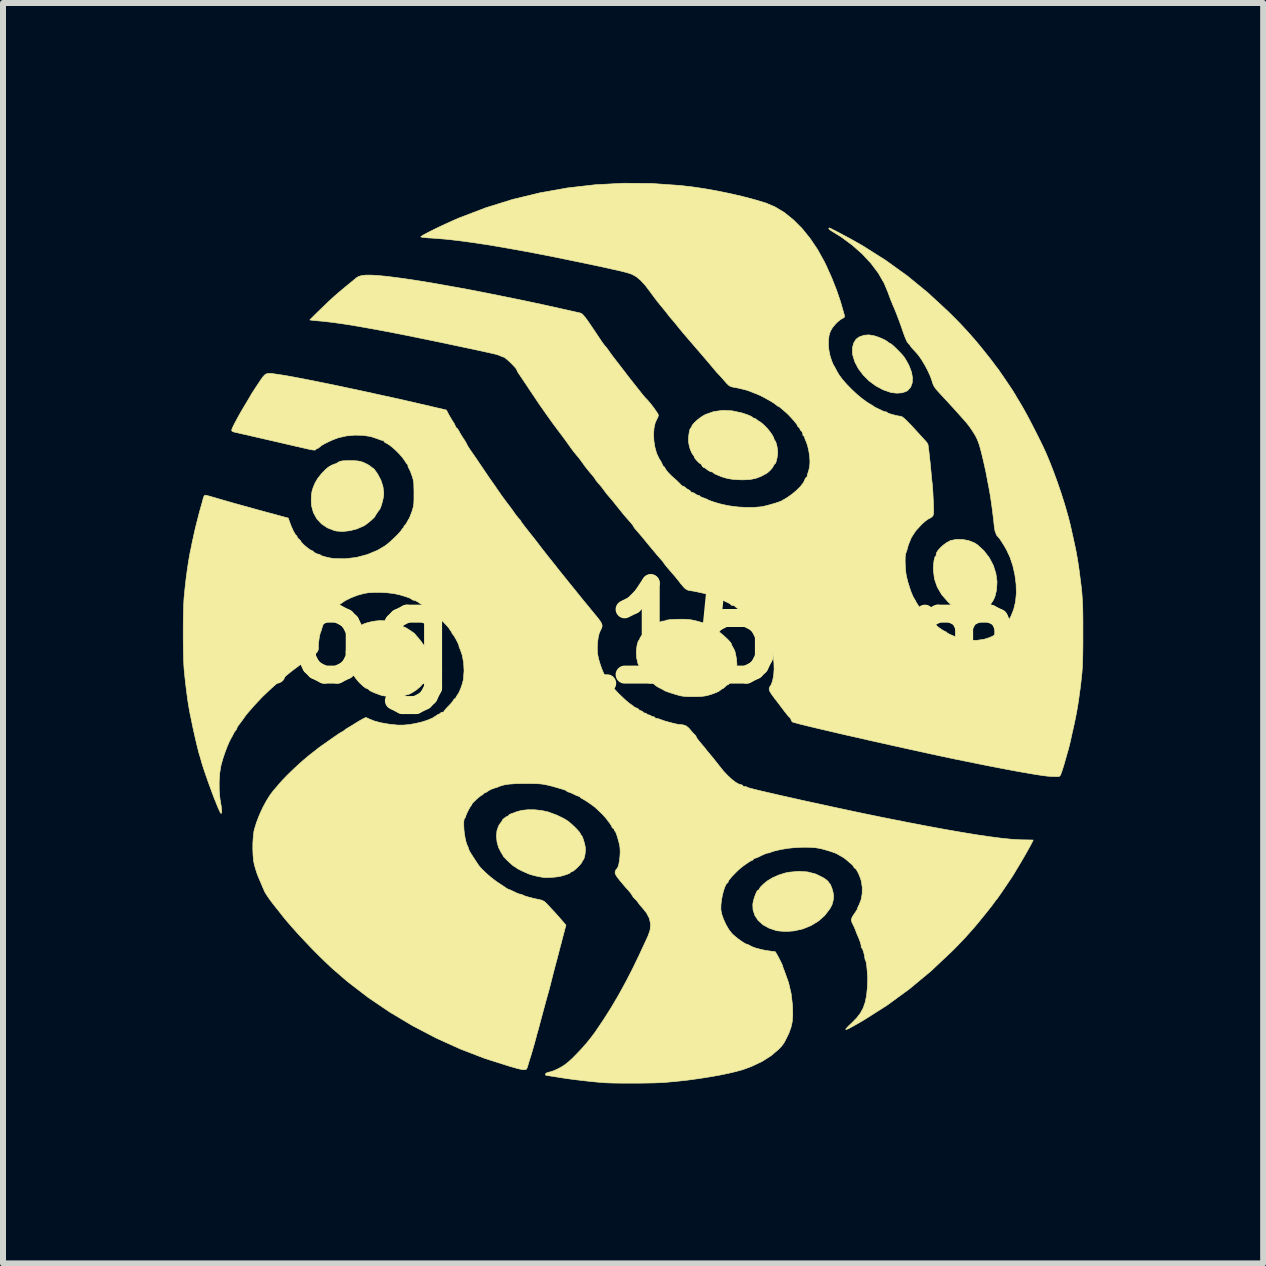
<source format=kicad_pcb>
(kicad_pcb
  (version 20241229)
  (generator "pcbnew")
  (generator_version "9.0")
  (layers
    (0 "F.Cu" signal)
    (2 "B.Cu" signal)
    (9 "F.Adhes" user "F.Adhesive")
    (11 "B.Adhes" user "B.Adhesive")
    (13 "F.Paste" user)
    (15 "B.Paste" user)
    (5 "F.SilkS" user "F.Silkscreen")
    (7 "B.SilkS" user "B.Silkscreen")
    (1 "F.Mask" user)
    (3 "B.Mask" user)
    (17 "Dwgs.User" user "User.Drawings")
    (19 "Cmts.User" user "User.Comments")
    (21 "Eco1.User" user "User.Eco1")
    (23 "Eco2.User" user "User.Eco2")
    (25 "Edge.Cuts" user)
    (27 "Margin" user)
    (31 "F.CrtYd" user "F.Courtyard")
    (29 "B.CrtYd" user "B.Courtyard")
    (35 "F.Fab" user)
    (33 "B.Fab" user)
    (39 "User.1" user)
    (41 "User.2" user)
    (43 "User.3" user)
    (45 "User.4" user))
  (footprint "logo_15mm"
    (layer "F.Cu")
    (at 7.509 7.508)
    (property "Reference" "logo_15mm" (at 0 0 0) (layer "F.SilkS") (effects (font (size 1.524 1.524) (thickness 0.3))))
    (attr through_hole)
    (fp_poly (pts (xy 4.019 -4.959) (xy 4.077 -4.94) (xy 4.138 -4.916) (xy 4.193 -4.89) (xy 4.231 -4.867) (xy 4.235 -4.863) (xy 4.266 -4.84) (xy 4.287 -4.829) (xy 4.289 -4.829) (xy 4.305 -4.818) (xy 4.336 -4.792) (xy 4.376 -4.754) (xy 4.421 -4.709) (xy 4.464 -4.665) (xy 4.5 -4.624) (xy 4.505 -4.618) (xy 4.532 -4.579) (xy 4.564 -4.524) (xy 4.596 -4.464) (xy 4.6 -4.455) (xy 4.638 -4.354) (xy 4.655 -4.259) (xy 4.65 -4.174) (xy 4.624 -4.103) (xy 4.577 -4.049) (xy 4.547 -4.031) (xy 4.479 -4.009) (xy 4.395 -4.003) (xy 4.307 -4.012) (xy 4.29 -4.016) (xy 4.163 -4.06) (xy 4.042 -4.125) (xy 3.93 -4.208) (xy 3.833 -4.305) (xy 3.752 -4.412) (xy 3.693 -4.524) (xy 3.658 -4.639) (xy 3.653 -4.674) (xy 3.654 -4.763) (xy 3.675 -4.84) (xy 3.713 -4.901) (xy 3.763 -4.939) (xy 3.845 -4.968) (xy 3.927 -4.975) (xy 4.019 -4.959)) (stroke (width 0.01) (type solid)) (fill yes) (layer "F.SilkS"))
    (fp_poly (pts (xy 5.488 -1.564) (xy 5.591 -1.545) (xy 5.685 -1.508) (xy 5.737 -1.475) (xy 5.846 -1.375) (xy 5.935 -1.259) (xy 6.002 -1.132) (xy 6.045 -0.997) (xy 6.064 -0.86) (xy 6.056 -0.723) (xy 6.031 -0.618) (xy 6.011 -0.569) (xy 5.988 -0.528) (xy 5.978 -0.515) (xy 5.96 -0.49) (xy 5.958 -0.475) (xy 5.953 -0.464) (xy 5.936 -0.456) (xy 5.911 -0.443) (xy 5.905 -0.433) (xy 5.892 -0.419) (xy 5.861 -0.4) (xy 5.834 -0.386) (xy 5.783 -0.369) (xy 5.718 -0.356) (xy 5.648 -0.347) (xy 5.584 -0.346) (xy 5.537 -0.351) (xy 5.531 -0.353) (xy 5.436 -0.391) (xy 5.36 -0.432) (xy 5.292 -0.482) (xy 5.247 -0.523) (xy 5.143 -0.642) (xy 5.068 -0.769) (xy 5.021 -0.905) (xy 5.003 -1.049) (xy 5.002 -1.084) (xy 5.006 -1.149) (xy 5.013 -1.208) (xy 5.023 -1.255) (xy 5.035 -1.282) (xy 5.041 -1.286) (xy 5.05 -1.296) (xy 5.049 -1.304) (xy 5.052 -1.335) (xy 5.076 -1.376) (xy 5.116 -1.422) (xy 5.166 -1.468) (xy 5.221 -1.509) (xy 5.276 -1.539) (xy 5.292 -1.546) (xy 5.385 -1.565) (xy 5.488 -1.564)) (stroke (width 0.01) (type solid)) (fill yes) (layer "F.SilkS"))
    (fp_poly (pts (xy 2.906 3.979) (xy 3.04 4.014) (xy 3.163 4.074) (xy 3.172 4.08) (xy 3.216 4.109) (xy 3.246 4.136) (xy 3.258 4.152) (xy 3.267 4.17) (xy 3.271 4.171) (xy 3.283 4.184) (xy 3.298 4.218) (xy 3.315 4.264) (xy 3.329 4.314) (xy 3.337 4.36) (xy 3.338 4.365) (xy 3.338 4.416) (xy 3.33 4.462) (xy 3.32 4.499) (xy 3.314 4.522) (xy 3.304 4.543) (xy 3.285 4.579) (xy 3.274 4.597) (xy 3.192 4.705) (xy 3.087 4.798) (xy 2.964 4.873) (xy 2.827 4.929) (xy 2.682 4.962) (xy 2.595 4.969) (xy 2.523 4.97) (xy 2.453 4.966) (xy 2.396 4.96) (xy 2.384 4.957) (xy 2.264 4.917) (xy 2.163 4.861) (xy 2.083 4.79) (xy 2.027 4.706) (xy 1.996 4.613) (xy 1.992 4.517) (xy 2 4.472) (xy 2.014 4.42) (xy 2.032 4.368) (xy 2.05 4.324) (xy 2.067 4.293) (xy 2.08 4.283) (xy 2.082 4.284) (xy 2.092 4.279) (xy 2.1 4.263) (xy 2.118 4.234) (xy 2.157 4.194) (xy 2.209 4.149) (xy 2.235 4.129) (xy 2.322 4.076) (xy 2.427 4.03) (xy 2.537 3.996) (xy 2.597 3.984) (xy 2.759 3.969) (xy 2.906 3.979)) (stroke (width 0.01) (type solid)) (fill yes) (layer "F.SilkS"))
    (fp_poly (pts (xy -4.647 -2.877) (xy -4.591 -2.872) (xy -4.546 -2.864) (xy -4.504 -2.85) (xy -4.485 -2.841) (xy -4.435 -2.817) (xy -4.394 -2.792) (xy -4.376 -2.778) (xy -4.351 -2.757) (xy -4.337 -2.751) (xy -4.324 -2.739) (xy -4.3 -2.708) (xy -4.27 -2.665) (xy -4.264 -2.657) (xy -4.209 -2.554) (xy -4.174 -2.446) (xy -4.161 -2.341) (xy -4.163 -2.297) (xy -4.171 -2.248) (xy -4.184 -2.192) (xy -4.2 -2.136) (xy -4.216 -2.091) (xy -4.229 -2.064) (xy -4.23 -2.063) (xy -4.246 -2.044) (xy -4.268 -2.013) (xy -4.289 -1.981) (xy -4.303 -1.957) (xy -4.305 -1.952) (xy -4.316 -1.935) (xy -4.345 -1.907) (xy -4.384 -1.872) (xy -4.427 -1.837) (xy -4.468 -1.806) (xy -4.498 -1.788) (xy -4.609 -1.74) (xy -4.726 -1.71) (xy -4.841 -1.697) (xy -4.946 -1.704) (xy -4.98 -1.711) (xy -5.099 -1.757) (xy -5.199 -1.824) (xy -5.278 -1.91) (xy -5.334 -2.012) (xy -5.365 -2.127) (xy -5.37 -2.205) (xy -5.368 -2.292) (xy -5.358 -2.363) (xy -5.338 -2.43) (xy -5.306 -2.506) (xy -5.306 -2.506) (xy -5.262 -2.581) (xy -5.2 -2.659) (xy -5.129 -2.732) (xy -5.089 -2.766) (xy -5.062 -2.784) (xy -5.053 -2.788) (xy -4.41 -2.788) (xy -4.403 -2.781) (xy -4.395 -2.788) (xy -4.403 -2.795) (xy -4.41 -2.788) (xy -5.053 -2.788) (xy -5.027 -2.802) (xy -4.994 -2.817) (xy -4.973 -2.824) (xy -4.97 -2.823) (xy -4.959 -2.827) (xy -4.932 -2.843) (xy -4.925 -2.848) (xy -4.9 -2.862) (xy -4.869 -2.871) (xy -4.827 -2.876) (xy -4.764 -2.877) (xy -4.724 -2.878) (xy -4.647 -2.877)) (stroke (width 0.01) (type solid)) (fill yes) (layer "F.SilkS"))
    (fp_poly (pts (xy -1.643 2.943) (xy -1.53 2.955) (xy -1.426 2.978) (xy -1.412 2.982) (xy -1.277 3.032) (xy -1.163 3.087) (xy -1.106 3.121) (xy -1.067 3.15) (xy -1.022 3.189) (xy -0.975 3.233) (xy -0.933 3.277) (xy -0.9 3.314) (xy -0.883 3.339) (xy -0.882 3.344) (xy -0.875 3.362) (xy -0.87 3.364) (xy -0.858 3.377) (xy -0.843 3.411) (xy -0.827 3.459) (xy -0.812 3.511) (xy -0.802 3.56) (xy -0.799 3.58) (xy -0.799 3.626) (xy -0.804 3.677) (xy -0.813 3.726) (xy -0.825 3.764) (xy -0.836 3.782) (xy -0.838 3.782) (xy -0.85 3.794) (xy -0.852 3.806) (xy -0.863 3.828) (xy -0.89 3.861) (xy -0.927 3.9) (xy -0.966 3.936) (xy -1.001 3.964) (xy -1.025 3.976) (xy -1.027 3.976) (xy -1.045 3.983) (xy -1.046 3.988) (xy -1.06 4) (xy -1.097 4.016) (xy -1.153 4.035) (xy -1.214 4.052) (xy -1.26 4.06) (xy -1.323 4.067) (xy -1.392 4.071) (xy -1.454 4.073) (xy -1.5 4.071) (xy -1.502 4.07) (xy -1.584 4.056) (xy -1.662 4.038) (xy -1.726 4.019) (xy -1.749 4.01) (xy -1.834 3.973) (xy -1.894 3.944) (xy -1.933 3.923) (xy -1.955 3.907) (xy -1.956 3.906) (xy -1.978 3.89) (xy -1.987 3.887) (xy -2.002 3.877) (xy -2.031 3.852) (xy -2.068 3.819) (xy -2.107 3.782) (xy -2.14 3.748) (xy -2.163 3.724) (xy -2.168 3.716) (xy -2.175 3.7) (xy -2.194 3.669) (xy -2.204 3.655) (xy -2.246 3.573) (xy -2.272 3.481) (xy -2.282 3.385) (xy -2.274 3.294) (xy -2.248 3.217) (xy -2.241 3.203) (xy -2.216 3.166) (xy -2.196 3.14) (xy -2.191 3.136) (xy -2.184 3.126) (xy -2.187 3.125) (xy -2.187 3.117) (xy -2.17 3.1) (xy -2.144 3.078) (xy -2.117 3.059) (xy -2.097 3.05) (xy -2.094 3.05) (xy -2.079 3.04) (xy -2.078 3.036) (xy -2.066 3.022) (xy -2.052 3.015) (xy -2.024 3.006) (xy -1.979 2.989) (xy -1.943 2.975) (xy -1.859 2.953) (xy -1.756 2.942) (xy -1.643 2.943)) (stroke (width 0.01) (type solid)) (fill yes) (layer "F.SilkS"))
    (fp_poly (pts (xy 1.646 -3.709) (xy 1.809 -3.674) (xy 1.902 -3.643) (xy 1.947 -3.624) (xy 1.978 -3.608) (xy 1.988 -3.599) (xy 2 -3.589) (xy 2.008 -3.588) (xy 2.033 -3.579) (xy 2.063 -3.558) (xy 2.09 -3.537) (xy 2.107 -3.528) (xy 2.122 -3.519) (xy 2.152 -3.494) (xy 2.189 -3.461) (xy 2.236 -3.412) (xy 2.28 -3.358) (xy 2.316 -3.306) (xy 2.34 -3.261) (xy 2.347 -3.236) (xy 2.354 -3.216) (xy 2.359 -3.214) (xy 2.37 -3.201) (xy 2.383 -3.166) (xy 2.395 -3.119) (xy 2.403 -3.067) (xy 2.407 -3.02) (xy 2.407 -3.019) (xy 2.404 -2.97) (xy 2.395 -2.918) (xy 2.384 -2.871) (xy 2.372 -2.837) (xy 2.361 -2.825) (xy 2.348 -2.813) (xy 2.339 -2.795) (xy 2.32 -2.761) (xy 2.287 -2.721) (xy 2.247 -2.684) (xy 2.226 -2.668) (xy 2.132 -2.617) (xy 2.043 -2.583) (xy 1.948 -2.564) (xy 1.838 -2.558) (xy 1.795 -2.558) (xy 1.721 -2.562) (xy 1.647 -2.568) (xy 1.586 -2.578) (xy 1.57 -2.581) (xy 1.518 -2.595) (xy 1.475 -2.609) (xy 1.458 -2.615) (xy 1.423 -2.63) (xy 1.38 -2.648) (xy 1.379 -2.648) (xy 1.347 -2.664) (xy 1.331 -2.678) (xy 1.33 -2.68) (xy 1.318 -2.689) (xy 1.303 -2.691) (xy 1.274 -2.7) (xy 1.238 -2.723) (xy 1.232 -2.728) (xy 1.199 -2.753) (xy 1.174 -2.765) (xy 1.171 -2.766) (xy 1.153 -2.778) (xy 1.144 -2.795) (xy 1.13 -2.82) (xy 1.12 -2.825) (xy 1.104 -2.835) (xy 1.079 -2.858) (xy 1.051 -2.888) (xy 1.028 -2.916) (xy 1.016 -2.935) (xy 1.017 -2.938) (xy 1.014 -2.95) (xy 0.999 -2.97) (xy 0.971 -3.014) (xy 0.946 -3.076) (xy 0.928 -3.146) (xy 0.92 -3.199) (xy 0.92 -3.248) (xy 0.925 -3.303) (xy 0.933 -3.355) (xy 0.943 -3.397) (xy 0.954 -3.421) (xy 0.959 -3.423) (xy 0.971 -3.435) (xy 0.972 -3.443) (xy 0.983 -3.47) (xy 1.015 -3.507) (xy 1.06 -3.55) (xy 1.113 -3.592) (xy 1.167 -3.628) (xy 1.204 -3.648) (xy 1.342 -3.696) (xy 1.49 -3.716) (xy 1.646 -3.709)) (stroke (width 0.01) (type solid)) (fill yes) (layer "F.SilkS"))
    (fp_poly (pts (xy -4.149 -0.208) (xy -4.077 -0.199) (xy -4.006 -0.185) (xy -3.94 -0.168) (xy -3.887 -0.149) (xy -3.852 -0.131) (xy -3.842 -0.116) (xy -3.83 -0.105) (xy -3.823 -0.105) (xy -3.802 -0.097) (xy -3.766 -0.076) (xy -3.723 -0.048) (xy -3.681 -0.02) (xy -3.648 0.005) (xy -3.635 0.02) (xy -3.621 0.038) (xy -3.597 0.064) (xy -3.565 0.102) (xy -3.529 0.149) (xy -3.494 0.198) (xy -3.467 0.242) (xy -3.451 0.275) (xy -3.449 0.284) (xy -3.44 0.316) (xy -3.435 0.324) (xy -3.421 0.357) (xy -3.41 0.417) (xy -3.402 0.493) (xy -3.404 0.571) (xy -3.419 0.655) (xy -3.444 0.735) (xy -3.476 0.8) (xy -3.489 0.818) (xy -3.553 0.89) (xy -3.615 0.943) (xy -3.681 0.986) (xy -3.724 1.009) (xy -3.755 1.022) (xy -3.767 1.024) (xy -3.767 1.024) (xy -3.776 1.023) (xy -3.791 1.033) (xy -3.821 1.044) (xy -3.873 1.052) (xy -3.94 1.056) (xy -4.014 1.056) (xy -4.088 1.053) (xy -4.154 1.045) (xy -4.205 1.034) (xy -4.208 1.033) (xy -4.29 1.003) (xy -4.353 0.977) (xy -4.394 0.956) (xy -4.41 0.941) (xy -4.41 0.94) (xy -4.422 0.928) (xy -4.43 0.927) (xy -4.46 0.915) (xy -4.507 0.88) (xy -4.564 0.826) (xy -4.593 0.794) (xy -4.628 0.751) (xy -4.663 0.703) (xy -4.694 0.657) (xy -4.717 0.619) (xy -4.727 0.597) (xy -4.727 0.594) (xy -4.735 0.583) (xy -4.736 0.583) (xy -4.749 0.571) (xy -4.75 0.564) (xy -4.755 0.536) (xy -4.761 0.508) (xy -4.773 0.452) (xy -4.783 0.393) (xy -4.789 0.341) (xy -4.791 0.306) (xy -4.79 0.301) (xy -4.774 0.213) (xy -4.761 0.151) (xy -4.751 0.113) (xy -4.743 0.093) (xy -4.738 0.09) (xy -4.725 0.077) (xy -4.715 0.056) (xy -4.697 0.022) (xy -4.666 -0.019) (xy -4.628 -0.061) (xy -4.59 -0.096) (xy -4.559 -0.117) (xy -4.548 -0.12) (xy -4.531 -0.127) (xy -4.53 -0.132) (xy -4.516 -0.146) (xy -4.479 -0.162) (xy -4.426 -0.178) (xy -4.364 -0.193) (xy -4.299 -0.204) (xy -4.238 -0.21) (xy -4.215 -0.211) (xy -4.149 -0.208)) (stroke (width 0.01) (type solid)) (fill yes) (layer "F.SilkS"))
    (fp_poly (pts (xy 0.906 -0.231) (xy 0.969 -0.223) (xy 1.032 -0.21) (xy 1.033 -0.21) (xy 1.128 -0.184) (xy 1.198 -0.162) (xy 1.241 -0.144) (xy 1.256 -0.131) (xy 1.256 -0.131) (xy 1.267 -0.12) (xy 1.27 -0.12) (xy 1.3 -0.11) (xy 1.345 -0.084) (xy 1.4 -0.046) (xy 1.459 -0.000254) (xy 1.517 0.049) (xy 1.569 0.097) (xy 1.609 0.139) (xy 1.633 0.172) (xy 1.637 0.185) (xy 1.645 0.208) (xy 1.664 0.241) (xy 1.664 0.241) (xy 1.686 0.281) (xy 1.698 0.316) (xy 1.72 0.425) (xy 1.727 0.515) (xy 1.721 0.593) (xy 1.7 0.666) (xy 1.678 0.715) (xy 1.655 0.758) (xy 1.628 0.8) (xy 1.602 0.835) (xy 1.582 0.858) (xy 1.57 0.863) (xy 1.57 0.859) (xy 1.561 0.863) (xy 1.539 0.883) (xy 1.534 0.889) (xy 1.506 0.914) (xy 1.484 0.927) (xy 1.483 0.927) (xy 1.461 0.938) (xy 1.455 0.946) (xy 1.432 0.963) (xy 1.389 0.985) (xy 1.332 1.007) (xy 1.269 1.028) (xy 1.208 1.043) (xy 1.204 1.044) (xy 1.147 1.052) (xy 1.073 1.056) (xy 0.991 1.057) (xy 0.91 1.056) (xy 0.841 1.051) (xy 0.792 1.044) (xy 0.74 1.03) (xy 0.68 1.012) (xy 0.622 0.994) (xy 0.571 0.977) (xy 0.536 0.964) (xy 0.523 0.958) (xy 0.506 0.947) (xy 0.472 0.928) (xy 0.456 0.92) (xy 0.422 0.903) (xy 0.395 0.887) (xy 0.368 0.868) (xy 0.337 0.84) (xy 0.294 0.801) (xy 0.243 0.751) (xy 0.197 0.705) (xy 0.161 0.666) (xy 0.139 0.638) (xy 0.135 0.629) (xy 0.127 0.605) (xy 0.112 0.577) (xy 0.076 0.501) (xy 0.055 0.408) (xy 0.05 0.307) (xy 0.061 0.209) (xy 0.061 0.207) (xy 0.073 0.161) (xy 0.084 0.129) (xy 0.091 0.12) (xy 0.102 0.107) (xy 0.11 0.084) (xy 0.125 0.057) (xy 0.154 0.019) (xy 0.193 -0.024) (xy 0.234 -0.065) (xy 0.272 -0.099) (xy 0.3 -0.118) (xy 0.308 -0.12) (xy 0.327 -0.128) (xy 0.329 -0.135) (xy 0.34 -0.149) (xy 0.345 -0.149) (xy 0.367 -0.155) (xy 0.405 -0.17) (xy 0.428 -0.18) (xy 0.469 -0.197) (xy 0.497 -0.204) (xy 0.505 -0.203) (xy 0.521 -0.204) (xy 0.533 -0.212) (xy 0.557 -0.219) (xy 0.605 -0.226) (xy 0.672 -0.231) (xy 0.738 -0.233) (xy 0.832 -0.234) (xy 0.906 -0.231)) (stroke (width 0.01) (type solid)) (fill yes) (layer "F.SilkS"))
    (fp_poly (pts (xy 0.306 -7.499) (xy 0.777 -7.466) (xy 0.972 -7.444) (xy 1.176 -7.414) (xy 1.39 -7.376) (xy 1.607 -7.332) (xy 1.819 -7.283) (xy 2.017 -7.231) (xy 2.194 -7.178) (xy 2.208 -7.174) (xy 2.365 -7.107) (xy 2.52 -7.013) (xy 2.669 -6.893) (xy 2.813 -6.749) (xy 2.948 -6.582) (xy 3.073 -6.396) (xy 3.186 -6.192) (xy 3.213 -6.137) (xy 3.307 -5.928) (xy 3.386 -5.729) (xy 3.455 -5.526) (xy 3.517 -5.309) (xy 3.52 -5.298) (xy 3.52 -5.272) (xy 3.498 -5.254) (xy 3.484 -5.248) (xy 3.45 -5.227) (xy 3.407 -5.192) (xy 3.371 -5.156) (xy 3.319 -5.093) (xy 3.284 -5.031) (xy 3.263 -4.963) (xy 3.254 -4.878) (xy 3.253 -4.806) (xy 3.26 -4.726) (xy 3.277 -4.638) (xy 3.303 -4.553) (xy 3.332 -4.481) (xy 3.348 -4.455) (xy 3.373 -4.411) (xy 3.39 -4.376) (xy 3.427 -4.312) (xy 3.483 -4.236) (xy 3.555 -4.153) (xy 3.637 -4.069) (xy 3.724 -3.987) (xy 3.813 -3.913) (xy 3.898 -3.851) (xy 3.962 -3.812) (xy 3.992 -3.795) (xy 4.006 -3.784) (xy 4.023 -3.772) (xy 4.058 -3.754) (xy 4.074 -3.747) (xy 4.117 -3.726) (xy 4.152 -3.709) (xy 4.159 -3.706) (xy 4.193 -3.694) (xy 4.208 -3.692) (xy 4.228 -3.686) (xy 4.231 -3.681) (xy 4.244 -3.672) (xy 4.278 -3.659) (xy 4.325 -3.645) (xy 4.376 -3.632) (xy 4.422 -3.622) (xy 4.456 -3.618) (xy 4.46 -3.618) (xy 4.48 -3.61) (xy 4.512 -3.586) (xy 4.557 -3.544) (xy 4.617 -3.483) (xy 4.693 -3.402) (xy 4.761 -3.327) (xy 4.807 -3.276) (xy 4.848 -3.232) (xy 4.877 -3.2) (xy 4.888 -3.188) (xy 4.908 -3.158) (xy 4.914 -3.141) (xy 4.92 -3.095) (xy 4.929 -3.027) (xy 4.938 -2.944) (xy 4.948 -2.855) (xy 4.957 -2.766) (xy 4.963 -2.698) (xy 4.97 -2.625) (xy 4.976 -2.558) (xy 4.982 -2.505) (xy 4.985 -2.482) (xy 4.988 -2.448) (xy 4.992 -2.392) (xy 4.996 -2.319) (xy 5 -2.237) (xy 5.002 -2.2) (xy 5.005 -2.112) (xy 5.007 -2.049) (xy 5.006 -2.006) (xy 5.002 -1.978) (xy 4.996 -1.961) (xy 4.986 -1.948) (xy 4.982 -1.944) (xy 4.948 -1.919) (xy 4.923 -1.908) (xy 4.899 -1.893) (xy 4.86 -1.863) (xy 4.816 -1.823) (xy 4.804 -1.812) (xy 4.707 -1.706) (xy 4.636 -1.596) (xy 4.587 -1.477) (xy 4.573 -1.428) (xy 4.561 -1.382) (xy 4.549 -1.348) (xy 4.544 -1.338) (xy 4.537 -1.314) (xy 4.533 -1.267) (xy 4.532 -1.205) (xy 4.534 -1.136) (xy 4.538 -1.065) (xy 4.545 -1.002) (xy 4.547 -0.987) (xy 4.561 -0.92) (xy 4.581 -0.842) (xy 4.606 -0.762) (xy 4.632 -0.686) (xy 4.658 -0.624) (xy 4.68 -0.582) (xy 4.681 -0.581) (xy 4.7 -0.551) (xy 4.709 -0.533) (xy 4.709 -0.533) (xy 4.717 -0.516) (xy 4.738 -0.483) (xy 4.766 -0.44) (xy 4.797 -0.397) (xy 4.824 -0.36) (xy 4.836 -0.346) (xy 4.865 -0.313) (xy 4.902 -0.272) (xy 4.915 -0.259) (xy 4.943 -0.226) (xy 4.961 -0.201) (xy 4.963 -0.195) (xy 4.975 -0.182) (xy 5.005 -0.166) (xy 5.008 -0.164) (xy 5.039 -0.148) (xy 5.053 -0.135) (xy 5.053 -0.134) (xy 5.064 -0.12) (xy 5.093 -0.096) (xy 5.13 -0.07) (xy 5.166 -0.046) (xy 5.194 -0.032) (xy 5.202 -0.03) (xy 5.219 -0.019) (xy 5.22 -0.018) (xy 5.237 -0.003) (xy 5.276 0.018) (xy 5.329 0.041) (xy 5.388 0.065) (xy 5.447 0.086) (xy 5.484 0.096) (xy 5.602 0.116) (xy 5.726 0.118) (xy 5.844 0.101) (xy 5.891 0.088) (xy 5.944 0.069) (xy 5.988 0.05) (xy 6.011 0.036) (xy 6.038 0.019) (xy 6.052 0.015) (xy 6.068 0.005) (xy 6.069 0) (xy 6.081 -0.014) (xy 6.088 -0.015) (xy 6.112 -0.027) (xy 6.148 -0.06) (xy 6.189 -0.108) (xy 6.219 -0.149) (xy 6.245 -0.185) (xy 6.266 -0.209) (xy 6.27 -0.213) (xy 6.277 -0.223) (xy 6.273 -0.224) (xy 6.271 -0.235) (xy 6.282 -0.258) (xy 6.298 -0.288) (xy 6.318 -0.337) (xy 6.34 -0.395) (xy 6.344 -0.406) (xy 6.373 -0.528) (xy 6.386 -0.668) (xy 6.382 -0.818) (xy 6.362 -0.973) (xy 6.328 -1.125) (xy 6.28 -1.269) (xy 6.221 -1.394) (xy 6.191 -1.446) (xy 6.159 -1.498) (xy 6.13 -1.543) (xy 6.109 -1.575) (xy 6.1 -1.585) (xy 6.058 -1.634) (xy 6.03 -1.705) (xy 6.018 -1.783) (xy 6.004 -1.912) (xy 5.987 -2.051) (xy 5.968 -2.19) (xy 5.948 -2.32) (xy 5.928 -2.43) (xy 5.927 -2.437) (xy 5.913 -2.506) (xy 5.9 -2.577) (xy 5.889 -2.631) (xy 5.881 -2.676) (xy 5.872 -2.719) (xy 5.861 -2.767) (xy 5.848 -2.827) (xy 5.83 -2.905) (xy 5.815 -2.967) (xy 5.788 -3.074) (xy 5.763 -3.158) (xy 5.736 -3.229) (xy 5.704 -3.293) (xy 5.664 -3.359) (xy 5.646 -3.386) (xy 5.611 -3.437) (xy 5.576 -3.483) (xy 5.552 -3.513) (xy 5.516 -3.553) (xy 5.486 -3.588) (xy 5.45 -3.628) (xy 5.399 -3.685) (xy 5.338 -3.753) (xy 5.27 -3.827) (xy 5.202 -3.901) (xy 5.142 -3.965) (xy 5.086 -4.026) (xy 5.046 -4.072) (xy 5.019 -4.11) (xy 5 -4.146) (xy 4.986 -4.187) (xy 4.977 -4.216) (xy 4.951 -4.288) (xy 4.912 -4.374) (xy 4.864 -4.465) (xy 4.812 -4.552) (xy 4.762 -4.625) (xy 4.742 -4.65) (xy 4.719 -4.676) (xy 4.686 -4.713) (xy 4.67 -4.73) (xy 4.641 -4.763) (xy 4.622 -4.786) (xy 4.619 -4.792) (xy 4.609 -4.807) (xy 4.586 -4.831) (xy 4.584 -4.833) (xy 4.561 -4.866) (xy 4.534 -4.926) (xy 4.502 -5.012) (xy 4.488 -5.054) (xy 4.456 -5.146) (xy 4.418 -5.249) (xy 4.38 -5.348) (xy 4.353 -5.413) (xy 4.321 -5.488) (xy 4.291 -5.562) (xy 4.267 -5.625) (xy 4.253 -5.666) (xy 4.183 -5.835) (xy 4.087 -6.002) (xy 3.964 -6.166) (xy 3.818 -6.323) (xy 3.651 -6.471) (xy 3.466 -6.608) (xy 3.307 -6.706) (xy 3.274 -6.729) (xy 3.258 -6.747) (xy 3.264 -6.757) (xy 3.269 -6.757) (xy 3.287 -6.75) (xy 3.326 -6.731) (xy 3.383 -6.702) (xy 3.451 -6.666) (xy 3.528 -6.625) (xy 3.608 -6.582) (xy 3.686 -6.539) (xy 3.758 -6.498) (xy 3.82 -6.463) (xy 3.831 -6.456) (xy 4.208 -6.217) (xy 4.567 -5.959) (xy 4.91 -5.678) (xy 5.242 -5.371) (xy 5.307 -5.307) (xy 5.379 -5.235) (xy 5.44 -5.173) (xy 5.494 -5.116) (xy 5.55 -5.055) (xy 5.614 -4.984) (xy 5.673 -4.917) (xy 5.709 -4.875) (xy 5.756 -4.819) (xy 5.809 -4.754) (xy 5.864 -4.686) (xy 5.917 -4.619) (xy 5.963 -4.561) (xy 5.996 -4.517) (xy 6.009 -4.5) (xy 6.034 -4.466) (xy 6.051 -4.443) (xy 6.054 -4.44) (xy 6.066 -4.425) (xy 6.092 -4.39) (xy 6.126 -4.34) (xy 6.168 -4.28) (xy 6.212 -4.215) (xy 6.255 -4.151) (xy 6.295 -4.092) (xy 6.327 -4.043) (xy 6.348 -4.009) (xy 6.352 -4.002) (xy 6.371 -3.971) (xy 6.4 -3.921) (xy 6.438 -3.859) (xy 6.478 -3.791) (xy 6.479 -3.79) (xy 6.517 -3.723) (xy 6.565 -3.636) (xy 6.619 -3.534) (xy 6.676 -3.423) (xy 6.733 -3.311) (xy 6.787 -3.203) (xy 6.834 -3.106) (xy 6.871 -3.025) (xy 6.874 -3.02) (xy 6.938 -2.868) (xy 7.005 -2.697) (xy 7.071 -2.516) (xy 7.133 -2.335) (xy 7.187 -2.164) (xy 7.204 -2.108) (xy 7.221 -2.047) (xy 7.237 -1.992) (xy 7.248 -1.953) (xy 7.249 -1.951) (xy 7.264 -1.893) (xy 7.284 -1.813) (xy 7.305 -1.72) (xy 7.309 -1.7) (xy 7.322 -1.643) (xy 7.336 -1.581) (xy 7.338 -1.57) (xy 7.364 -1.453) (xy 7.385 -1.35) (xy 7.402 -1.252) (xy 7.419 -1.148) (xy 7.436 -1.029) (xy 7.443 -0.972) (xy 7.457 -0.863) (xy 7.469 -0.768) (xy 7.478 -0.682) (xy 7.484 -0.598) (xy 7.489 -0.513) (xy 7.493 -0.42) (xy 7.495 -0.315) (xy 7.496 -0.192) (xy 7.496 -0.045) (xy 7.496 0) (xy 7.496 0.154) (xy 7.495 0.283) (xy 7.493 0.393) (xy 7.49 0.488) (xy 7.486 0.575) (xy 7.48 0.658) (xy 7.471 0.744) (xy 7.461 0.836) (xy 7.448 0.94) (xy 7.443 0.972) (xy 7.426 1.101) (xy 7.409 1.21) (xy 7.392 1.309) (xy 7.373 1.408) (xy 7.35 1.518) (xy 7.338 1.57) (xy 7.325 1.629) (xy 7.311 1.689) (xy 7.309 1.7) (xy 7.288 1.796) (xy 7.268 1.879) (xy 7.252 1.942) (xy 7.249 1.951) (xy 7.238 1.987) (xy 7.223 2.041) (xy 7.206 2.102) (xy 7.204 2.108) (xy 7.181 2.189) (xy 7.162 2.25) (xy 7.146 2.3) (xy 7.129 2.347) (xy 7.117 2.372) (xy 7.102 2.386) (xy 7.073 2.39) (xy 7.028 2.389) (xy 6.97 2.387) (xy 6.915 2.383) (xy 6.892 2.381) (xy 6.816 2.371) (xy 6.715 2.356) (xy 6.592 2.335) (xy 6.448 2.31) (xy 6.289 2.281) (xy 6.116 2.248) (xy 5.934 2.213) (xy 5.745 2.175) (xy 5.553 2.136) (xy 5.36 2.097) (xy 5.171 2.057) (xy 5.157 2.054) (xy 4.962 2.012) (xy 4.763 1.968) (xy 4.56 1.924) (xy 4.357 1.879) (xy 4.156 1.834) (xy 3.958 1.79) (xy 3.767 1.746) (xy 3.583 1.705) (xy 3.41 1.665) (xy 3.249 1.627) (xy 3.103 1.593) (xy 2.973 1.562) (xy 2.862 1.535) (xy 2.772 1.513) (xy 2.706 1.495) (xy 2.664 1.483) (xy 2.651 1.478) (xy 2.633 1.453) (xy 2.631 1.443) (xy 2.621 1.419) (xy 2.606 1.403) (xy 2.584 1.381) (xy 2.553 1.343) (xy 2.525 1.308) (xy 2.493 1.265) (xy 2.448 1.206) (xy 2.399 1.141) (xy 2.363 1.095) (xy 2.316 1.032) (xy 2.286 0.987) (xy 2.269 0.955) (xy 2.265 0.931) (xy 2.266 0.919) (xy 2.278 0.888) (xy 2.288 0.874) (xy 2.299 0.857) (xy 2.313 0.819) (xy 2.323 0.787) (xy 2.34 0.702) (xy 2.347 0.599) (xy 2.344 0.489) (xy 2.332 0.381) (xy 2.328 0.359) (xy 2.318 0.322) (xy 2.302 0.274) (xy 2.283 0.224) (xy 2.264 0.178) (xy 2.248 0.146) (xy 2.239 0.135) (xy 2.232 0.125) (xy 2.234 0.121) (xy 2.231 0.102) (xy 2.22 0.09) (xy 2.201 0.065) (xy 2.198 0.053) (xy 2.187 0.03) (xy 2.168 0.007) (xy 2.148 -0.014) (xy 2.144 -0.026) (xy 2.142 -0.039) (xy 2.123 -0.066) (xy 2.084 -0.109) (xy 2.025 -0.17) (xy 1.993 -0.201) (xy 1.936 -0.257) (xy 1.894 -0.297) (xy 1.859 -0.327) (xy 1.826 -0.353) (xy 1.786 -0.381) (xy 1.764 -0.396) (xy 1.725 -0.423) (xy 1.699 -0.444) (xy 1.692 -0.452) (xy 1.675 -0.462) (xy 1.658 -0.463) (xy 1.634 -0.469) (xy 1.629 -0.475) (xy 1.617 -0.488) (xy 1.585 -0.506) (xy 1.566 -0.515) (xy 1.526 -0.534) (xy 1.5 -0.548) (xy 1.495 -0.552) (xy 1.478 -0.562) (xy 1.441 -0.576) (xy 1.398 -0.591) (xy 1.35 -0.608) (xy 1.315 -0.622) (xy 1.301 -0.629) (xy 1.283 -0.637) (xy 1.243 -0.648) (xy 1.187 -0.663) (xy 1.124 -0.677) (xy 1.059 -0.691) (xy 0.999 -0.703) (xy 0.954 -0.71) (xy 0.919 -0.716) (xy 0.889 -0.728) (xy 0.86 -0.749) (xy 0.827 -0.784) (xy 0.783 -0.837) (xy 0.755 -0.874) (xy 0.725 -0.911) (xy 0.683 -0.962) (xy 0.634 -1.019) (xy 0.609 -1.047) (xy 0.567 -1.096) (xy 0.534 -1.137) (xy 0.513 -1.164) (xy 0.508 -1.172) (xy 0.499 -1.187) (xy 0.476 -1.215) (xy 0.463 -1.229) (xy 0.431 -1.265) (xy 0.384 -1.32) (xy 0.323 -1.393) (xy 0.251 -1.479) (xy 0.172 -1.576) (xy 0.154 -1.598) (xy 0.118 -1.64) (xy 0.076 -1.689) (xy 0.056 -1.712) (xy 0.025 -1.748) (xy 0.005 -1.776) (xy 0 -1.787) (xy -0.009 -1.803) (xy -0.034 -1.834) (xy -0.064 -1.868) (xy -0.109 -1.919) (xy -0.156 -1.974) (xy -0.179 -2.002) (xy -0.217 -2.049) (xy -0.254 -2.095) (xy -0.269 -2.114) (xy -0.3 -2.152) (xy -0.326 -2.185) (xy -0.329 -2.189) (xy -0.352 -2.217) (xy -0.385 -2.256) (xy -0.405 -2.279) (xy -0.444 -2.325) (xy -0.481 -2.374) (xy -0.494 -2.392) (xy -0.527 -2.436) (xy -0.567 -2.484) (xy -0.583 -2.502) (xy -0.612 -2.536) (xy -0.632 -2.562) (xy -0.635 -2.57) (xy -0.645 -2.586) (xy -0.669 -2.617) (xy -0.704 -2.659) (xy -0.713 -2.669) (xy -0.758 -2.723) (xy -0.802 -2.779) (xy -0.835 -2.825) (xy -0.835 -2.825) (xy -0.87 -2.873) (xy -0.913 -2.93) (xy -0.95 -2.974) (xy -0.995 -3.029) (xy -1.04 -3.089) (xy -1.069 -3.131) (xy -1.099 -3.173) (xy -1.141 -3.231) (xy -1.19 -3.297) (xy -1.236 -3.358) (xy -1.335 -3.49) (xy -1.446 -3.645) (xy -1.567 -3.818) (xy -1.694 -4.007) (xy -1.737 -4.071) (xy -1.785 -4.144) (xy -1.831 -4.212) (xy -1.869 -4.269) (xy -1.897 -4.311) (xy -1.906 -4.323) (xy -1.929 -4.359) (xy -1.942 -4.387) (xy -1.943 -4.393) (xy -1.954 -4.412) (xy -1.981 -4.444) (xy -2.019 -4.484) (xy -2.062 -4.526) (xy -2.104 -4.564) (xy -2.139 -4.592) (xy -2.16 -4.604) (xy -2.162 -4.604) (xy -2.18 -4.61) (xy -2.213 -4.623) (xy -2.218 -4.625) (xy -2.233 -4.632) (xy -2.249 -4.638) (xy -2.268 -4.644) (xy -2.294 -4.652) (xy -2.329 -4.66) (xy -2.376 -4.671) (xy -2.439 -4.685) (xy -2.52 -4.703) (xy -2.622 -4.725) (xy -2.748 -4.752) (xy -2.863 -4.776) (xy -3.202 -4.848) (xy -3.513 -4.912) (xy -3.798 -4.97) (xy -4.057 -5.021) (xy -4.292 -5.065) (xy -4.504 -5.103) (xy -4.694 -5.136) (xy -4.864 -5.162) (xy -5.014 -5.183) (xy -5.146 -5.198) (xy -5.202 -5.204) (xy -5.273 -5.21) (xy -5.333 -5.216) (xy -5.374 -5.221) (xy -5.392 -5.223) (xy -5.393 -5.224) (xy -5.384 -5.235) (xy -5.357 -5.262) (xy -5.316 -5.303) (xy -5.265 -5.353) (xy -5.207 -5.409) (xy -5.147 -5.467) (xy -5.088 -5.524) (xy -5.033 -5.574) (xy -5.023 -5.584) (xy -4.977 -5.625) (xy -4.916 -5.678) (xy -4.85 -5.734) (xy -4.799 -5.776) (xy -4.74 -5.824) (xy -4.686 -5.868) (xy -4.644 -5.903) (xy -4.62 -5.924) (xy -4.581 -5.948) (xy -4.53 -5.963) (xy -4.461 -5.971) (xy -4.371 -5.971) (xy -4.256 -5.964) (xy -4.254 -5.964) (xy -4.107 -5.95) (xy -3.933 -5.928) (xy -3.734 -5.9) (xy -3.514 -5.866) (xy -3.273 -5.825) (xy -3.014 -5.779) (xy -2.74 -5.729) (xy -2.452 -5.673) (xy -2.153 -5.613) (xy -1.844 -5.55) (xy -1.529 -5.483) (xy -1.209 -5.412) (xy -0.888 -5.34) (xy -0.872 -5.335) (xy -0.855 -5.323) (xy -0.835 -5.305) (xy -0.81 -5.275) (xy -0.777 -5.233) (xy -0.736 -5.175) (xy -0.685 -5.099) (xy -0.62 -5.003) (xy -0.549 -4.896) (xy -0.517 -4.849) (xy -0.49 -4.812) (xy -0.473 -4.792) (xy -0.473 -4.791) (xy -0.453 -4.769) (xy -0.428 -4.736) (xy -0.426 -4.733) (xy -0.388 -4.679) (xy -0.347 -4.623) (xy -0.296 -4.556) (xy -0.269 -4.522) (xy -0.224 -4.464) (xy -0.176 -4.401) (xy -0.142 -4.357) (xy -0.092 -4.291) (xy -0.037 -4.221) (xy 0.02 -4.149) (xy 0.074 -4.081) (xy 0.122 -4.02) (xy 0.162 -3.97) (xy 0.19 -3.937) (xy 0.202 -3.924) (xy 0.23 -3.895) (xy 0.267 -3.853) (xy 0.308 -3.802) (xy 0.348 -3.749) (xy 0.382 -3.7) (xy 0.408 -3.661) (xy 0.418 -3.639) (xy 0.419 -3.638) (xy 0.41 -3.603) (xy 0.398 -3.58) (xy 0.365 -3.51) (xy 0.345 -3.421) (xy 0.338 -3.318) (xy 0.343 -3.21) (xy 0.36 -3.102) (xy 0.388 -3.001) (xy 0.428 -2.915) (xy 0.441 -2.895) (xy 0.466 -2.854) (xy 0.483 -2.818) (xy 0.485 -2.812) (xy 0.498 -2.787) (xy 0.507 -2.781) (xy 0.521 -2.768) (xy 0.537 -2.738) (xy 0.538 -2.737) (xy 0.556 -2.709) (xy 0.592 -2.668) (xy 0.639 -2.621) (xy 0.67 -2.593) (xy 0.72 -2.549) (xy 0.761 -2.51) (xy 0.789 -2.482) (xy 0.797 -2.472) (xy 0.819 -2.454) (xy 0.83 -2.452) (xy 0.856 -2.44) (xy 0.863 -2.433) (xy 0.884 -2.413) (xy 0.916 -2.396) (xy 0.945 -2.378) (xy 0.957 -2.362) (xy 0.969 -2.35) (xy 0.985 -2.347) (xy 1.018 -2.336) (xy 1.031 -2.325) (xy 1.061 -2.305) (xy 1.078 -2.302) (xy 1.101 -2.297) (xy 1.106 -2.29) (xy 1.119 -2.278) (xy 1.152 -2.263) (xy 1.17 -2.257) (xy 1.21 -2.242) (xy 1.236 -2.231) (xy 1.241 -2.228) (xy 1.261 -2.217) (xy 1.302 -2.202) (xy 1.358 -2.183) (xy 1.422 -2.164) (xy 1.485 -2.148) (xy 1.487 -2.147) (xy 1.614 -2.122) (xy 1.751 -2.105) (xy 1.889 -2.098) (xy 2.02 -2.099) (xy 2.135 -2.109) (xy 2.164 -2.115) (xy 2.221 -2.128) (xy 2.288 -2.146) (xy 2.357 -2.166) (xy 2.419 -2.186) (xy 2.463 -2.203) (xy 2.472 -2.207) (xy 2.561 -2.259) (xy 2.648 -2.32) (xy 2.726 -2.386) (xy 2.79 -2.451) (xy 2.837 -2.512) (xy 2.856 -2.553) (xy 2.871 -2.585) (xy 2.885 -2.601) (xy 2.886 -2.601) (xy 2.898 -2.61) (xy 2.898 -2.612) (xy 2.9 -2.635) (xy 2.903 -2.646) (xy 2.926 -2.719) (xy 2.939 -2.778) (xy 2.944 -2.835) (xy 2.945 -2.864) (xy 2.94 -2.942) (xy 2.928 -3.028) (xy 2.91 -3.111) (xy 2.889 -3.179) (xy 2.879 -3.201) (xy 2.863 -3.238) (xy 2.855 -3.267) (xy 2.855 -3.269) (xy 2.846 -3.287) (xy 2.84 -3.289) (xy 2.828 -3.297) (xy 2.828 -3.3) (xy 2.826 -3.325) (xy 2.815 -3.355) (xy 2.8 -3.376) (xy 2.794 -3.378) (xy 2.782 -3.391) (xy 2.781 -3.4) (xy 2.769 -3.425) (xy 2.754 -3.437) (xy 2.739 -3.449) (xy 2.741 -3.453) (xy 2.739 -3.463) (xy 2.721 -3.489) (xy 2.691 -3.527) (xy 2.654 -3.57) (xy 2.614 -3.614) (xy 2.577 -3.652) (xy 2.558 -3.67) (xy 2.501 -3.72) (xy 2.462 -3.753) (xy 2.438 -3.772) (xy 2.424 -3.781) (xy 2.419 -3.782) (xy 2.401 -3.791) (xy 2.389 -3.802) (xy 2.358 -3.826) (xy 2.308 -3.859) (xy 2.245 -3.895) (xy 2.178 -3.932) (xy 2.114 -3.965) (xy 2.06 -3.988) (xy 2.056 -3.99) (xy 2.003 -4.01) (xy 1.959 -4.028) (xy 1.936 -4.037) (xy 1.9 -4.05) (xy 1.844 -4.065) (xy 1.778 -4.081) (xy 1.712 -4.095) (xy 1.664 -4.103) (xy 1.626 -4.113) (xy 1.594 -4.131) (xy 1.558 -4.165) (xy 1.529 -4.198) (xy 1.488 -4.245) (xy 1.448 -4.29) (xy 1.419 -4.32) (xy 1.383 -4.359) (xy 1.347 -4.402) (xy 1.345 -4.405) (xy 1.323 -4.431) (xy 1.286 -4.475) (xy 1.237 -4.533) (xy 1.18 -4.599) (xy 1.123 -4.666) (xy 1.059 -4.74) (xy 0.996 -4.813) (xy 0.939 -4.879) (xy 0.894 -4.932) (xy 0.867 -4.963) (xy 0.819 -5.02) (xy 0.765 -5.085) (xy 0.725 -5.135) (xy 0.687 -5.182) (xy 0.653 -5.222) (xy 0.631 -5.247) (xy 0.629 -5.249) (xy 0.604 -5.279) (xy 0.576 -5.315) (xy 0.543 -5.358) (xy 0.513 -5.395) (xy 0.438 -5.486) (xy 0.372 -5.57) (xy 0.305 -5.66) (xy 0.281 -5.693) (xy 0.199 -5.801) (xy 0.124 -5.883) (xy 0.053 -5.942) (xy -0.018 -5.983) (xy -0.042 -5.992) (xy -0.075 -6.003) (xy -0.12 -6.016) (xy -0.178 -6.031) (xy -0.252 -6.049) (xy -0.344 -6.069) (xy -0.455 -6.094) (xy -0.588 -6.123) (xy -0.745 -6.156) (xy -0.928 -6.194) (xy -1.046 -6.218) (xy -1.418 -6.294) (xy -1.765 -6.361) (xy -2.087 -6.419) (xy -2.383 -6.47) (xy -2.653 -6.511) (xy -2.895 -6.544) (xy -3.111 -6.569) (xy -3.298 -6.584) (xy -3.352 -6.588) (xy -3.424 -6.592) (xy -3.483 -6.598) (xy -3.525 -6.603) (xy -3.543 -6.609) (xy -3.543 -6.61) (xy -3.53 -6.622) (xy -3.493 -6.644) (xy -3.438 -6.674) (xy -3.366 -6.711) (xy -3.283 -6.752) (xy -3.192 -6.795) (xy -3.097 -6.839) (xy -3.002 -6.882) (xy -2.912 -6.921) (xy -2.887 -6.931) (xy -2.454 -7.096) (xy -2.01 -7.234) (xy -1.557 -7.343) (xy -1.097 -7.425) (xy -0.633 -7.478) (xy -0.164 -7.503) (xy 0.306 -7.499)) (stroke (width 0.01) (type solid)) (fill yes) (layer "F.SilkS"))
    (fp_poly (pts (xy -6.023 -4.33) (xy -5.953 -4.32) (xy -5.86 -4.306) (xy -5.757 -4.289) (xy -5.627 -4.265) (xy -5.475 -4.236) (xy -5.303 -4.202) (xy -5.115 -4.164) (xy -4.913 -4.122) (xy -4.7 -4.077) (xy -4.48 -4.03) (xy -4.257 -3.981) (xy -4.032 -3.932) (xy -3.809 -3.882) (xy -3.592 -3.832) (xy -3.383 -3.784) (xy -3.281 -3.76) (xy -3.116 -3.721) (xy -3.08 -3.651) (xy -3.051 -3.6) (xy -3.022 -3.552) (xy -3.011 -3.535) (xy -2.986 -3.496) (xy -2.969 -3.459) (xy -2.968 -3.457) (xy -2.956 -3.431) (xy -2.946 -3.423) (xy -2.933 -3.411) (xy -2.913 -3.381) (xy -2.906 -3.368) (xy -2.88 -3.321) (xy -2.847 -3.268) (xy -2.831 -3.244) (xy -2.803 -3.201) (xy -2.782 -3.164) (xy -2.775 -3.149) (xy -2.762 -3.123) (xy -2.736 -3.082) (xy -2.705 -3.037) (xy -2.667 -2.982) (xy -2.621 -2.916) (xy -2.577 -2.851) (xy -2.57 -2.84) (xy -2.478 -2.704) (xy -2.391 -2.576) (xy -2.336 -2.498) (xy -2.303 -2.451) (xy -2.274 -2.408) (xy -2.257 -2.384) (xy -2.206 -2.31) (xy -2.145 -2.226) (xy -2.085 -2.147) (xy -2.046 -2.095) (xy -2.007 -2.042) (xy -1.986 -2.011) (xy -1.952 -1.964) (xy -1.916 -1.92) (xy -1.907 -1.91) (xy -1.883 -1.884) (xy -1.874 -1.869) (xy -1.875 -1.869) (xy -1.869 -1.858) (xy -1.847 -1.828) (xy -1.813 -1.783) (xy -1.77 -1.728) (xy -1.76 -1.715) (xy -1.71 -1.652) (xy -1.663 -1.593) (xy -1.625 -1.545) (xy -1.601 -1.513) (xy -1.6 -1.512) (xy -1.52 -1.407) (xy -1.452 -1.321) (xy -1.413 -1.271) (xy -1.378 -1.227) (xy -1.333 -1.171) (xy -1.285 -1.111) (xy -1.27 -1.091) (xy -1.235 -1.047) (xy -1.199 -1.002) (xy -1.159 -0.953) (xy -1.114 -0.896) (xy -1.058 -0.827) (xy -0.99 -0.743) (xy -0.906 -0.639) (xy -0.903 -0.635) (xy -0.856 -0.577) (xy -0.817 -0.529) (xy -0.781 -0.486) (xy -0.744 -0.441) (xy -0.7 -0.387) (xy -0.644 -0.319) (xy -0.623 -0.294) (xy -0.571 -0.229) (xy -0.538 -0.18) (xy -0.522 -0.142) (xy -0.521 -0.109) (xy -0.534 -0.074) (xy -0.546 -0.052) (xy -0.569 0.001) (xy -0.586 0.075) (xy -0.597 0.16) (xy -0.601 0.249) (xy -0.597 0.332) (xy -0.593 0.359) (xy -0.578 0.432) (xy -0.554 0.512) (xy -0.527 0.59) (xy -0.498 0.66) (xy -0.471 0.711) (xy -0.462 0.723) (xy -0.442 0.754) (xy -0.434 0.776) (xy -0.424 0.792) (xy -0.42 0.792) (xy -0.406 0.805) (xy -0.394 0.83) (xy -0.377 0.857) (xy -0.343 0.899) (xy -0.297 0.95) (xy -0.243 1.007) (xy -0.185 1.063) (xy -0.13 1.114) (xy -0.082 1.156) (xy -0.055 1.176) (xy -0.018 1.202) (xy 0.009 1.222) (xy 0.015 1.228) (xy 0.034 1.239) (xy 0.056 1.247) (xy 0.082 1.26) (xy 0.09 1.27) (xy 0.102 1.282) (xy 0.127 1.292) (xy 0.155 1.304) (xy 0.164 1.316) (xy 0.177 1.328) (xy 0.194 1.33) (xy 0.219 1.337) (xy 0.224 1.345) (xy 0.237 1.358) (xy 0.253 1.36) (xy 0.282 1.367) (xy 0.292 1.375) (xy 0.313 1.388) (xy 0.33 1.39) (xy 0.354 1.397) (xy 0.359 1.405) (xy 0.371 1.417) (xy 0.389 1.42) (xy 0.425 1.427) (xy 0.46 1.44) (xy 0.49 1.452) (xy 0.538 1.467) (xy 0.596 1.483) (xy 0.657 1.499) (xy 0.712 1.512) (xy 0.753 1.52) (xy 0.773 1.522) (xy 0.794 1.523) (xy 0.831 1.528) (xy 0.839 1.53) (xy 0.883 1.546) (xy 0.924 1.58) (xy 0.951 1.611) (xy 0.985 1.651) (xy 1.013 1.681) (xy 1.027 1.694) (xy 1.045 1.714) (xy 1.046 1.722) (xy 1.055 1.742) (xy 1.079 1.775) (xy 1.098 1.8) (xy 1.138 1.847) (xy 1.184 1.902) (xy 1.211 1.936) (xy 1.253 1.988) (xy 1.297 2.041) (xy 1.322 2.07) (xy 1.359 2.117) (xy 1.403 2.172) (xy 1.431 2.208) (xy 1.5 2.294) (xy 1.572 2.371) (xy 1.642 2.436) (xy 1.707 2.486) (xy 1.763 2.517) (xy 1.802 2.526) (xy 1.822 2.535) (xy 1.824 2.541) (xy 1.837 2.553) (xy 1.86 2.556) (xy 1.89 2.561) (xy 1.901 2.569) (xy 1.917 2.575) (xy 1.959 2.587) (xy 2.026 2.604) (xy 2.115 2.626) (xy 2.223 2.651) (xy 2.349 2.68) (xy 2.489 2.712) (xy 2.642 2.746) (xy 2.805 2.783) (xy 2.975 2.82) (xy 3.151 2.858) (xy 3.329 2.897) (xy 3.507 2.935) (xy 3.684 2.973) (xy 3.856 3.009) (xy 4.021 3.043) (xy 4.176 3.075) (xy 4.193 3.078) (xy 4.555 3.15) (xy 4.889 3.214) (xy 5.193 3.27) (xy 5.469 3.318) (xy 5.717 3.359) (xy 5.936 3.391) (xy 6.127 3.416) (xy 6.29 3.433) (xy 6.425 3.442) (xy 6.484 3.444) (xy 6.554 3.445) (xy 6.612 3.446) (xy 6.651 3.447) (xy 6.667 3.448) (xy 6.667 3.448) (xy 6.66 3.464) (xy 6.641 3.501) (xy 6.614 3.552) (xy 6.58 3.613) (xy 6.543 3.678) (xy 6.507 3.741) (xy 6.474 3.798) (xy 6.464 3.815) (xy 6.426 3.878) (xy 6.391 3.936) (xy 6.364 3.982) (xy 6.352 4.002) (xy 6.335 4.03) (xy 6.306 4.075) (xy 6.268 4.131) (xy 6.225 4.195) (xy 6.181 4.26) (xy 6.139 4.322) (xy 6.102 4.375) (xy 6.073 4.416) (xy 6.057 4.438) (xy 6.054 4.44) (xy 6.041 4.456) (xy 6.018 4.487) (xy 6.009 4.5) (xy 5.985 4.533) (xy 5.946 4.583) (xy 5.897 4.645) (xy 5.842 4.713) (xy 5.787 4.781) (xy 5.736 4.843) (xy 5.693 4.894) (xy 5.673 4.917) (xy 5.599 5.001) (xy 5.538 5.069) (xy 5.482 5.128) (xy 5.427 5.186) (xy 5.365 5.25) (xy 5.307 5.307) (xy 4.961 5.633) (xy 4.601 5.932) (xy 4.228 6.204) (xy 3.841 6.45) (xy 3.753 6.501) (xy 3.664 6.551) (xy 3.6 6.586) (xy 3.559 6.604) (xy 3.542 6.607) (xy 3.547 6.593) (xy 3.573 6.564) (xy 3.62 6.518) (xy 3.648 6.492) (xy 3.725 6.413) (xy 3.786 6.334) (xy 3.833 6.248) (xy 3.866 6.152) (xy 3.889 6.04) (xy 3.902 5.907) (xy 3.907 5.785) (xy 3.907 5.736) (xy 3.903 5.676) (xy 3.898 5.613) (xy 3.892 5.552) (xy 3.885 5.501) (xy 3.878 5.467) (xy 3.873 5.456) (xy 3.865 5.443) (xy 3.86 5.415) (xy 3.854 5.372) (xy 3.842 5.324) (xy 3.829 5.282) (xy 3.815 5.254) (xy 3.808 5.247) (xy 3.799 5.236) (xy 3.799 5.228) (xy 3.798 5.2) (xy 3.786 5.156) (xy 3.762 5.091) (xy 3.736 5.03) (xy 3.722 4.997) (xy 3.715 4.978) (xy 3.715 4.978) (xy 3.699 4.935) (xy 3.676 4.883) (xy 3.655 4.841) (xy 3.638 4.802) (xy 3.636 4.767) (xy 3.652 4.727) (xy 3.685 4.677) (xy 3.713 4.636) (xy 3.732 4.604) (xy 3.737 4.59) (xy 3.744 4.568) (xy 3.761 4.534) (xy 3.765 4.526) (xy 3.798 4.442) (xy 3.816 4.341) (xy 3.817 4.234) (xy 3.801 4.131) (xy 3.793 4.104) (xy 3.769 4.038) (xy 3.743 3.982) (xy 3.718 3.94) (xy 3.697 3.918) (xy 3.691 3.917) (xy 3.678 3.905) (xy 3.677 3.898) (xy 3.666 3.878) (xy 3.639 3.85) (xy 3.629 3.842) (xy 3.589 3.809) (xy 3.554 3.778) (xy 3.55 3.775) (xy 3.513 3.746) (xy 3.475 3.723) (xy 3.437 3.702) (xy 3.408 3.685) (xy 3.38 3.67) (xy 3.329 3.651) (xy 3.265 3.63) (xy 3.194 3.609) (xy 3.124 3.59) (xy 3.109 3.587) (xy 3.027 3.574) (xy 2.924 3.568) (xy 2.809 3.568) (xy 2.689 3.574) (xy 2.573 3.586) (xy 2.474 3.603) (xy 2.407 3.617) (xy 2.35 3.631) (xy 2.311 3.643) (xy 2.295 3.65) (xy 2.27 3.66) (xy 2.25 3.663) (xy 2.221 3.669) (xy 2.176 3.687) (xy 2.133 3.707) (xy 2.085 3.731) (xy 2.045 3.747) (xy 2.025 3.752) (xy 2.005 3.761) (xy 2.003 3.767) (xy 1.992 3.782) (xy 1.989 3.782) (xy 1.968 3.79) (xy 1.931 3.812) (xy 1.885 3.843) (xy 1.837 3.877) (xy 1.793 3.911) (xy 1.787 3.916) (xy 1.742 3.956) (xy 1.696 4.002) (xy 1.651 4.048) (xy 1.615 4.09) (xy 1.591 4.121) (xy 1.585 4.135) (xy 1.577 4.156) (xy 1.573 4.158) (xy 1.549 4.182) (xy 1.526 4.229) (xy 1.504 4.293) (xy 1.485 4.368) (xy 1.47 4.449) (xy 1.461 4.528) (xy 1.46 4.599) (xy 1.461 4.619) (xy 1.476 4.69) (xy 1.506 4.774) (xy 1.546 4.86) (xy 1.592 4.939) (xy 1.64 5.001) (xy 1.64 5.002) (xy 1.678 5.038) (xy 1.726 5.078) (xy 1.779 5.118) (xy 1.829 5.152) (xy 1.871 5.177) (xy 1.896 5.187) (xy 1.897 5.187) (xy 1.922 5.195) (xy 1.951 5.211) (xy 1.991 5.231) (xy 2.039 5.248) (xy 2.044 5.249) (xy 2.1 5.264) (xy 2.156 5.278) (xy 2.157 5.278) (xy 2.208 5.288) (xy 2.268 5.297) (xy 2.291 5.3) (xy 2.334 5.305) (xy 2.362 5.309) (xy 2.368 5.311) (xy 2.376 5.325) (xy 2.388 5.344) (xy 2.407 5.378) (xy 2.431 5.422) (xy 2.454 5.468) (xy 2.474 5.509) (xy 2.487 5.537) (xy 2.489 5.546) (xy 2.492 5.559) (xy 2.503 5.592) (xy 2.522 5.638) (xy 2.522 5.64) (xy 2.588 5.824) (xy 2.631 6.008) (xy 2.654 6.202) (xy 2.656 6.247) (xy 2.658 6.37) (xy 2.65 6.474) (xy 2.63 6.567) (xy 2.597 6.659) (xy 2.576 6.705) (xy 2.543 6.772) (xy 2.518 6.82) (xy 2.494 6.856) (xy 2.468 6.889) (xy 2.432 6.926) (xy 2.422 6.937) (xy 2.296 7.044) (xy 2.145 7.14) (xy 1.969 7.223) (xy 1.83 7.274) (xy 1.72 7.305) (xy 1.585 7.337) (xy 1.431 7.369) (xy 1.262 7.398) (xy 1.083 7.426) (xy 0.9 7.451) (xy 0.718 7.471) (xy 0.541 7.487) (xy 0.516 7.489) (xy 0.441 7.493) (xy 0.342 7.497) (xy 0.227 7.499) (xy 0.102 7.501) (xy -0.027 7.501) (xy -0.154 7.501) (xy -0.271 7.5) (xy -0.374 7.498) (xy -0.454 7.495) (xy -0.471 7.494) (xy -0.571 7.486) (xy -0.692 7.475) (xy -0.825 7.46) (xy -0.96 7.444) (xy -1.09 7.427) (xy -1.204 7.41) (xy -1.23 7.406) (xy -1.307 7.393) (xy -1.374 7.383) (xy -1.425 7.375) (xy -1.453 7.37) (xy -1.458 7.37) (xy -1.464 7.358) (xy -1.465 7.349) (xy -1.452 7.333) (xy -1.418 7.321) (xy -1.415 7.321) (xy -1.351 7.303) (xy -1.274 7.271) (xy -1.194 7.228) (xy -1.151 7.201) (xy -1.091 7.155) (xy -1.018 7.089) (xy -0.938 7.008) (xy -0.854 6.919) (xy -0.773 6.826) (xy -0.699 6.734) (xy -0.638 6.652) (xy -0.498 6.445) (xy -0.37 6.243) (xy -0.25 6.04) (xy -0.134 5.829) (xy -0.018 5.605) (xy 0.1 5.361) (xy 0.142 5.27) (xy 0.175 5.199) (xy 0.21 5.124) (xy 0.24 5.059) (xy 0.243 5.053) (xy 0.28 4.948) (xy 0.288 4.849) (xy 0.268 4.754) (xy 0.219 4.661) (xy 0.157 4.584) (xy 0.12 4.542) (xy 0.088 4.502) (xy 0.078 4.487) (xy 0.051 4.452) (xy 0.026 4.428) (xy -0.00025 4.4) (xy -0.021 4.368) (xy -0.044 4.332) (xy -0.079 4.29) (xy -0.092 4.275) (xy -0.126 4.239) (xy -0.169 4.188) (xy -0.215 4.133) (xy -0.228 4.118) (xy -0.27 4.063) (xy -0.294 4.025) (xy -0.304 3.997) (xy -0.303 3.976) (xy -0.289 3.943) (xy -0.276 3.928) (xy -0.258 3.903) (xy -0.243 3.856) (xy -0.231 3.792) (xy -0.223 3.721) (xy -0.219 3.647) (xy -0.222 3.579) (xy -0.228 3.535) (xy -0.243 3.474) (xy -0.26 3.413) (xy -0.277 3.36) (xy -0.291 3.321) (xy -0.302 3.304) (xy -0.303 3.304) (xy -0.313 3.292) (xy -0.314 3.283) (xy -0.326 3.26) (xy -0.336 3.253) (xy -0.354 3.24) (xy -0.355 3.233) (xy -0.362 3.215) (xy -0.384 3.18) (xy -0.416 3.136) (xy -0.453 3.088) (xy -0.492 3.043) (xy -0.527 3.006) (xy -0.532 3.001) (xy -0.572 2.964) (xy -0.608 2.929) (xy -0.618 2.92) (xy -0.645 2.896) (xy -0.687 2.865) (xy -0.736 2.83) (xy -0.786 2.797) (xy -0.829 2.77) (xy -0.859 2.753) (xy -0.868 2.751) (xy -0.882 2.739) (xy -0.882 2.736) (xy -0.894 2.722) (xy -0.901 2.721) (xy -0.924 2.714) (xy -0.963 2.698) (xy -0.993 2.683) (xy -1.037 2.662) (xy -1.073 2.649) (xy -1.086 2.646) (xy -1.105 2.639) (xy -1.106 2.634) (xy -1.119 2.623) (xy -1.151 2.609) (xy -1.162 2.606) (xy -1.27 2.574) (xy -1.355 2.55) (xy -1.424 2.533) (xy -1.484 2.52) (xy -1.541 2.512) (xy -1.601 2.508) (xy -1.671 2.506) (xy -1.757 2.505) (xy -1.816 2.505) (xy -1.956 2.507) (xy -2.069 2.515) (xy -2.158 2.529) (xy -2.225 2.549) (xy -2.242 2.557) (xy -2.271 2.568) (xy -2.313 2.581) (xy -2.326 2.585) (xy -2.374 2.603) (xy -2.415 2.626) (xy -2.422 2.631) (xy -2.453 2.652) (xy -2.476 2.661) (xy -2.495 2.669) (xy -2.497 2.675) (xy -2.509 2.69) (xy -2.525 2.698) (xy -2.545 2.71) (xy -2.576 2.735) (xy -2.613 2.766) (xy -2.648 2.8) (xy -2.677 2.829) (xy -2.693 2.85) (xy -2.694 2.856) (xy -2.693 2.862) (xy -2.699 2.867) (xy -2.715 2.887) (xy -2.737 2.925) (xy -2.761 2.971) (xy -2.782 3.016) (xy -2.794 3.049) (xy -2.795 3.057) (xy -2.805 3.079) (xy -2.81 3.082) (xy -2.821 3.101) (xy -2.827 3.142) (xy -2.827 3.2) (xy -2.824 3.269) (xy -2.816 3.342) (xy -2.804 3.414) (xy -2.79 3.476) (xy -2.774 3.525) (xy -2.771 3.532) (xy -2.756 3.563) (xy -2.75 3.58) (xy -2.75 3.58) (xy -2.743 3.607) (xy -2.72 3.652) (xy -2.68 3.715) (xy -2.662 3.743) (xy -2.628 3.794) (xy -2.6 3.837) (xy -2.581 3.865) (xy -2.579 3.869) (xy -2.549 3.906) (xy -2.502 3.954) (xy -2.444 4.009) (xy -2.38 4.064) (xy -2.318 4.113) (xy -2.267 4.15) (xy -2.212 4.186) (xy -2.162 4.219) (xy -2.126 4.244) (xy -2.12 4.248) (xy -2.088 4.267) (xy -2.066 4.275) (xy -2.066 4.275) (xy -2.046 4.282) (xy -2.01 4.299) (xy -1.982 4.313) (xy -1.937 4.334) (xy -1.9 4.348) (xy -1.886 4.35) (xy -1.855 4.357) (xy -1.845 4.364) (xy -1.823 4.375) (xy -1.777 4.39) (xy -1.715 4.407) (xy -1.643 4.425) (xy -1.569 4.44) (xy -1.522 4.452) (xy -1.485 4.471) (xy -1.447 4.505) (xy -1.423 4.531) (xy -1.381 4.577) (xy -1.341 4.62) (xy -1.315 4.647) (xy -1.287 4.678) (xy -1.247 4.723) (xy -1.205 4.772) (xy -1.201 4.776) (xy -1.123 4.866) (xy -1.145 4.948) (xy -1.157 4.994) (xy -1.175 5.06) (xy -1.195 5.139) (xy -1.217 5.221) (xy -1.22 5.232) (xy -1.244 5.326) (xy -1.271 5.43) (xy -1.298 5.53) (xy -1.318 5.606) (xy -1.337 5.679) (xy -1.354 5.747) (xy -1.368 5.801) (xy -1.375 5.83) (xy -1.385 5.87) (xy -1.4 5.927) (xy -1.417 5.991) (xy -1.421 6.002) (xy -1.459 6.14) (xy -1.497 6.279) (xy -1.532 6.41) (xy -1.557 6.503) (xy -1.573 6.564) (xy -1.588 6.619) (xy -1.599 6.658) (xy -1.6 6.66) (xy -1.61 6.696) (xy -1.624 6.751) (xy -1.641 6.811) (xy -1.642 6.817) (xy -1.662 6.888) (xy -1.686 6.97) (xy -1.709 7.048) (xy -1.712 7.056) (xy -1.732 7.12) (xy -1.75 7.179) (xy -1.763 7.223) (xy -1.766 7.232) (xy -1.774 7.254) (xy -1.786 7.27) (xy -1.806 7.277) (xy -1.837 7.276) (xy -1.885 7.268) (xy -1.952 7.251) (xy -2.043 7.225) (xy -2.057 7.221) (xy -2.472 7.09) (xy -2.883 6.932) (xy -3.287 6.749) (xy -3.681 6.543) (xy -4.061 6.316) (xy -4.424 6.07) (xy -4.767 5.806) (xy -5.023 5.585) (xy -5.128 5.486) (xy -5.242 5.375) (xy -5.359 5.257) (xy -5.475 5.135) (xy -5.587 5.015) (xy -5.691 4.899) (xy -5.782 4.794) (xy -5.856 4.703) (xy -5.875 4.678) (xy -5.911 4.632) (xy -5.947 4.587) (xy -5.951 4.583) (xy -5.995 4.527) (xy -6.042 4.466) (xy -6.085 4.406) (xy -6.12 4.353) (xy -6.143 4.315) (xy -6.148 4.305) (xy -6.161 4.275) (xy -6.182 4.226) (xy -6.207 4.167) (xy -6.215 4.148) (xy -6.243 4.084) (xy -6.264 4.033) (xy -6.281 3.984) (xy -6.299 3.927) (xy -6.319 3.857) (xy -6.332 3.788) (xy -6.34 3.698) (xy -6.344 3.596) (xy -6.343 3.491) (xy -6.336 3.391) (xy -6.326 3.305) (xy -6.317 3.266) (xy -6.282 3.153) (xy -6.235 3.032) (xy -6.18 2.911) (xy -6.119 2.798) (xy -6.057 2.698) (xy -5.997 2.619) (xy -5.984 2.604) (xy -5.959 2.576) (xy -5.925 2.536) (xy -5.905 2.512) (xy -5.848 2.448) (xy -5.774 2.371) (xy -5.687 2.286) (xy -5.594 2.199) (xy -5.501 2.116) (xy -5.413 2.042) (xy -5.336 1.982) (xy -5.329 1.977) (xy -5.309 1.961) (xy -5.276 1.935) (xy -5.268 1.928) (xy -5.23 1.899) (xy -5.197 1.875) (xy -5.193 1.872) (xy -5.17 1.857) (xy -5.129 1.828) (xy -5.075 1.79) (xy -5.017 1.749) (xy -4.959 1.709) (xy -4.91 1.675) (xy -4.874 1.653) (xy -4.858 1.644) (xy -4.858 1.644) (xy -4.838 1.635) (xy -4.825 1.624) (xy -4.798 1.602) (xy -4.761 1.579) (xy -4.761 1.579) (xy -4.716 1.552) (xy -4.677 1.528) (xy -4.623 1.494) (xy -4.568 1.461) (xy -4.518 1.433) (xy -4.48 1.413) (xy -4.461 1.405) (xy -4.46 1.405) (xy -4.439 1.412) (xy -4.405 1.427) (xy -4.403 1.429) (xy -4.318 1.463) (xy -4.209 1.492) (xy -4.078 1.515) (xy -3.931 1.531) (xy -3.924 1.531) (xy -3.834 1.531) (xy -3.732 1.522) (xy -3.626 1.503) (xy -3.521 1.478) (xy -3.426 1.447) (xy -3.347 1.413) (xy -3.291 1.377) (xy -3.29 1.377) (xy -3.259 1.355) (xy -3.234 1.345) (xy -3.234 1.345) (xy -3.216 1.337) (xy -3.214 1.33) (xy -3.201 1.319) (xy -3.182 1.316) (xy -3.16 1.312) (xy -3.158 1.307) (xy -3.152 1.293) (xy -3.129 1.265) (xy -3.094 1.227) (xy -3.088 1.221) (xy -3.048 1.18) (xy -3.017 1.143) (xy -3.001 1.119) (xy -3 1.117) (xy -2.985 1.095) (xy -2.975 1.091) (xy -2.96 1.08) (xy -2.96 1.077) (xy -2.951 1.055) (xy -2.935 1.033) (xy -2.908 0.99) (xy -2.88 0.927) (xy -2.855 0.856) (xy -2.836 0.785) (xy -2.832 0.76) (xy -2.822 0.625) (xy -2.829 0.49) (xy -2.853 0.364) (xy -2.884 0.275) (xy -2.9 0.237) (xy -2.908 0.213) (xy -2.908 0.209) (xy -2.909 0.198) (xy -2.922 0.168) (xy -2.942 0.128) (xy -2.965 0.085) (xy -2.988 0.047) (xy -3.006 0.021) (xy -3.011 0.016) (xy -3.027 -0.005) (xy -3.026 -0.017) (xy -3.028 -0.029) (xy -3.033 -0.03) (xy -3.049 -0.042) (xy -3.057 -0.059) (xy -3.072 -0.082) (xy -3.104 -0.121) (xy -3.149 -0.169) (xy -3.203 -0.224) (xy -3.259 -0.279) (xy -3.314 -0.33) (xy -3.363 -0.372) (xy -3.396 -0.397) (xy -3.445 -0.43) (xy -3.495 -0.461) (xy -3.513 -0.472) (xy -3.548 -0.492) (xy -3.57 -0.506) (xy -3.573 -0.508) (xy -3.601 -0.528) (xy -3.638 -0.545) (xy -3.669 -0.553) (xy -3.67 -0.553) (xy -3.69 -0.559) (xy -3.692 -0.564) (xy -3.703 -0.575) (xy -3.734 -0.589) (xy -3.79 -0.609) (xy -3.872 -0.634) (xy -3.909 -0.644) (xy -3.992 -0.662) (xy -4.093 -0.674) (xy -4.204 -0.681) (xy -4.314 -0.681) (xy -4.413 -0.676) (xy -4.483 -0.665) (xy -4.598 -0.634) (xy -4.707 -0.592) (xy -4.805 -0.543) (xy -4.883 -0.489) (xy -4.915 -0.46) (xy -4.942 -0.439) (xy -4.96 -0.434) (xy -4.973 -0.425) (xy -4.971 -0.419) (xy -4.973 -0.405) (xy -4.981 -0.404) (xy -5.002 -0.392) (xy -5.026 -0.364) (xy -5.026 -0.363) (xy -5.054 -0.322) (xy -5.087 -0.28) (xy -5.09 -0.277) (xy -5.118 -0.239) (xy -5.136 -0.203) (xy -5.137 -0.199) (xy -5.148 -0.172) (xy -5.158 -0.164) (xy -5.169 -0.151) (xy -5.182 -0.118) (xy -5.187 -0.101) (xy -5.2 -0.056) (xy -5.212 -0.021) (xy -5.216 -0.014) (xy -5.224 0.012) (xy -5.234 0.059) (xy -5.242 0.114) (xy -5.249 0.168) (xy -5.251 0.21) (xy -5.251 0.224) (xy -5.252 0.275) (xy -5.274 0.318) (xy -5.319 0.36) (xy -5.349 0.382) (xy -5.525 0.503) (xy -5.702 0.636) (xy -5.874 0.776) (xy -6.036 0.919) (xy -6.184 1.059) (xy -6.31 1.193) (xy -6.338 1.225) (xy -6.376 1.269) (xy -6.409 1.306) (xy -6.429 1.329) (xy -6.45 1.354) (xy -6.48 1.395) (xy -6.503 1.428) (xy -6.536 1.473) (xy -6.566 1.513) (xy -6.581 1.531) (xy -6.601 1.56) (xy -6.608 1.579) (xy -6.617 1.604) (xy -6.63 1.62) (xy -6.654 1.652) (xy -6.667 1.677) (xy -6.686 1.715) (xy -6.71 1.757) (xy -6.738 1.813) (xy -6.771 1.889) (xy -6.805 1.979) (xy -6.837 2.072) (xy -6.863 2.161) (xy -6.875 2.207) (xy -6.896 2.332) (xy -6.905 2.473) (xy -6.904 2.619) (xy -6.892 2.757) (xy -6.884 2.803) (xy -6.869 2.895) (xy -6.863 2.958) (xy -6.865 2.995) (xy -6.874 3.005) (xy -6.885 2.991) (xy -6.903 2.953) (xy -6.929 2.895) (xy -6.959 2.82) (xy -6.994 2.733) (xy -7.03 2.637) (xy -7.067 2.536) (xy -7.103 2.435) (xy -7.137 2.337) (xy -7.168 2.246) (xy -7.193 2.166) (xy -7.205 2.123) (xy -7.219 2.073) (xy -7.233 2.029) (xy -7.236 2.018) (xy -7.247 1.98) (xy -7.262 1.92) (xy -7.281 1.844) (xy -7.301 1.758) (xy -7.321 1.669) (xy -7.34 1.584) (xy -7.354 1.517) (xy -7.365 1.462) (xy -7.379 1.394) (xy -7.391 1.338) (xy -7.41 1.235) (xy -7.43 1.109) (xy -7.449 0.965) (xy -7.468 0.809) (xy -7.485 0.649) (xy -7.489 0.605) (xy -7.494 0.532) (xy -7.498 0.434) (xy -7.501 0.318) (xy -7.503 0.188) (xy -7.504 0.051) (xy -7.504 -0.088) (xy -7.503 -0.224) (xy -7.5 -0.351) (xy -7.497 -0.463) (xy -7.493 -0.554) (xy -7.489 -0.605) (xy -7.473 -0.766) (xy -7.455 -0.924) (xy -7.435 -1.071) (xy -7.415 -1.203) (xy -7.396 -1.313) (xy -7.391 -1.338) (xy -7.377 -1.404) (xy -7.364 -1.469) (xy -7.355 -1.514) (xy -7.334 -1.609) (xy -7.315 -1.697) (xy -7.293 -1.789) (xy -7.271 -1.876) (xy -7.251 -1.953) (xy -7.236 -2.013) (xy -7.221 -2.066) (xy -7.205 -2.123) (xy -7.189 -2.179) (xy -7.177 -2.225) (xy -7.166 -2.265) (xy -7.165 -2.269) (xy -7.151 -2.295) (xy -7.135 -2.302) (xy -7.114 -2.298) (xy -7.07 -2.287) (xy -7.008 -2.269) (xy -6.936 -2.248) (xy -6.909 -2.24) (xy -6.843 -2.221) (xy -6.753 -2.195) (xy -6.645 -2.164) (xy -6.525 -2.131) (xy -6.399 -2.096) (xy -6.272 -2.061) (xy -6.229 -2.049) (xy -5.753 -1.92) (xy -5.724 -1.838) (xy -5.701 -1.778) (xy -5.675 -1.72) (xy -5.65 -1.672) (xy -5.629 -1.64) (xy -5.617 -1.629) (xy -5.607 -1.618) (xy -5.606 -1.61) (xy -5.595 -1.588) (xy -5.576 -1.57) (xy -5.553 -1.549) (xy -5.546 -1.538) (xy -5.535 -1.518) (xy -5.506 -1.487) (xy -5.467 -1.452) (xy -5.424 -1.417) (xy -5.385 -1.39) (xy -5.357 -1.376) (xy -5.352 -1.375) (xy -5.337 -1.367) (xy -5.337 -1.364) (xy -5.324 -1.35) (xy -5.295 -1.334) (xy -5.261 -1.32) (xy -5.237 -1.316) (xy -5.219 -1.308) (xy -5.217 -1.304) (xy -5.204 -1.295) (xy -5.169 -1.283) (xy -5.121 -1.27) (xy -5.068 -1.258) (xy -5.018 -1.249) (xy -4.993 -1.245) (xy -4.806 -1.242) (xy -4.618 -1.264) (xy -4.436 -1.312) (xy -4.265 -1.383) (xy -4.141 -1.456) (xy -4.1 -1.487) (xy -4.051 -1.529) (xy -3.999 -1.577) (xy -3.948 -1.626) (xy -3.905 -1.671) (xy -3.873 -1.708) (xy -3.858 -1.731) (xy -3.857 -1.734) (xy -3.845 -1.749) (xy -3.842 -1.749) (xy -3.829 -1.761) (xy -3.827 -1.771) (xy -3.821 -1.791) (xy -3.815 -1.794) (xy -3.802 -1.806) (xy -3.782 -1.836) (xy -3.774 -1.85) (xy -3.754 -1.886) (xy -3.74 -1.91) (xy -3.737 -1.913) (xy -3.729 -1.93) (xy -3.714 -1.968) (xy -3.695 -2.018) (xy -3.692 -2.026) (xy -3.676 -2.077) (xy -3.665 -2.124) (xy -3.659 -2.176) (xy -3.657 -2.241) (xy -3.657 -2.31) (xy -3.657 -2.383) (xy -3.659 -2.447) (xy -3.66 -2.495) (xy -3.662 -2.519) (xy -3.673 -2.573) (xy -3.694 -2.639) (xy -3.718 -2.703) (xy -3.74 -2.747) (xy -3.756 -2.778) (xy -3.759 -2.795) (xy -3.757 -2.796) (xy -3.755 -2.802) (xy -3.76 -2.807) (xy -3.777 -2.826) (xy -3.801 -2.86) (xy -3.812 -2.878) (xy -3.848 -2.929) (xy -3.899 -2.987) (xy -3.958 -3.047) (xy -4.018 -3.101) (xy -4.074 -3.144) (xy -4.118 -3.169) (xy -4.12 -3.17) (xy -4.147 -3.185) (xy -4.156 -3.199) (xy -4.168 -3.212) (xy -4.178 -3.214) (xy -4.205 -3.22) (xy -4.246 -3.235) (xy -4.264 -3.242) (xy -4.377 -3.28) (xy -4.507 -3.3) (xy -4.645 -3.303) (xy -4.785 -3.29) (xy -4.917 -3.26) (xy -5.008 -3.226) (xy -5.095 -3.186) (xy -5.158 -3.154) (xy -5.201 -3.129) (xy -5.226 -3.107) (xy -5.227 -3.107) (xy -5.253 -3.086) (xy -5.271 -3.08) (xy -5.292 -3.068) (xy -5.296 -3.061) (xy -5.307 -3.054) (xy -5.335 -3.055) (xy -5.385 -3.063) (xy -5.443 -3.076) (xy -5.491 -3.087) (xy -5.564 -3.104) (xy -5.657 -3.125) (xy -5.765 -3.15) (xy -5.885 -3.178) (xy -6.01 -3.207) (xy -6.107 -3.229) (xy -6.229 -3.257) (xy -6.342 -3.283) (xy -6.444 -3.307) (xy -6.531 -3.326) (xy -6.599 -3.342) (xy -6.645 -3.352) (xy -6.664 -3.357) (xy -6.69 -3.37) (xy -6.697 -3.383) (xy -6.69 -3.409) (xy -6.669 -3.456) (xy -6.636 -3.52) (xy -6.594 -3.598) (xy -6.545 -3.686) (xy -6.49 -3.779) (xy -6.461 -3.827) (xy -6.428 -3.883) (xy -6.398 -3.932) (xy -6.378 -3.968) (xy -6.374 -3.975) (xy -6.359 -4.001) (xy -6.33 -4.045) (xy -6.293 -4.102) (xy -6.25 -4.166) (xy -6.246 -4.173) (xy -6.205 -4.234) (xy -6.172 -4.279) (xy -6.144 -4.309) (xy -6.113 -4.326) (xy -6.074 -4.333) (xy -6.023 -4.33)) (stroke (width 0.01) (type solid)) (fill yes) (layer "F.SilkS")))
  (gr_rect
    (start -3 -3)
    (end 18.01 18.014)
    (stroke (width 0.1) (type default))
    (fill no)
    (layer "Edge.Cuts")))
</source>
